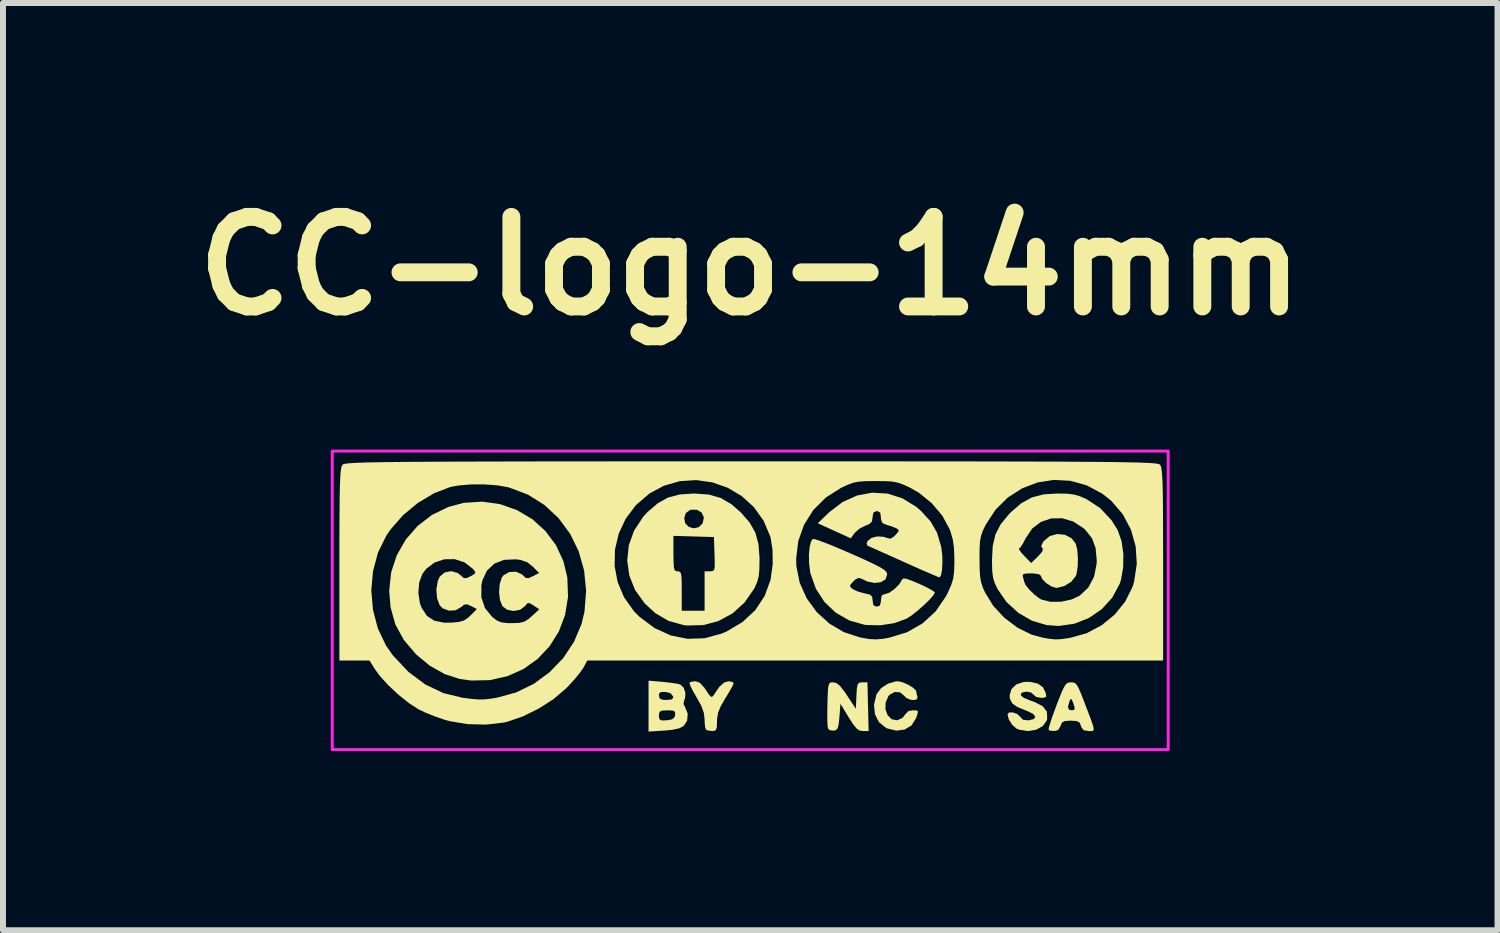
<source format=kicad_pcb>
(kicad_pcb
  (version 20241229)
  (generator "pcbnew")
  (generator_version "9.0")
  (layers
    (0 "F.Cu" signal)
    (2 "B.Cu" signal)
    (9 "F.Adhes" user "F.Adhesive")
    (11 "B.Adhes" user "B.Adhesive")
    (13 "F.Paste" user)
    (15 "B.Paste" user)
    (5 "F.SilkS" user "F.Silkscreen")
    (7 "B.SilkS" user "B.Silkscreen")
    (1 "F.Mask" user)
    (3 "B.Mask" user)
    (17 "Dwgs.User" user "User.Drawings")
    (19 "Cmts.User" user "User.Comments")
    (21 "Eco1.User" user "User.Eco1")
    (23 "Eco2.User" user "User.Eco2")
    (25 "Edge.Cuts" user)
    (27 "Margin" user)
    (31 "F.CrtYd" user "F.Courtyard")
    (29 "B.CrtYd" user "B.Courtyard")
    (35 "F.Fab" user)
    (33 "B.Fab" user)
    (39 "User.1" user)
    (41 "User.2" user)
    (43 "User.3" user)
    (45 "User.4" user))
  (footprint "CC-logo-14mm"
    (layer "F.Cu")
    (at 9.514 7.004)
    (property "Reference" "CC-logo-14mm" (at 0 -5.6 0) (layer "F.SilkS") (effects (font (size 1.5 1.5) (thickness 0.3))))
    (attr board_only exclude_from_pos_files exclude_from_bom)
    (fp_poly (pts (xy 1.973 1.781) (xy 1.983 2.189) (xy 1.886 2.189) (xy 1.83 2.18) (xy 1.78 2.145) (xy 1.721 2.072) (xy 1.65 1.961) (xy 1.511 1.732) (xy 1.494 1.952) (xy 1.482 2.073) (xy 1.465 2.141) (xy 1.436 2.173) (xy 1.398 2.183) (xy 1.329 2.173) (xy 1.302 2.146) (xy 1.295 2.092) (xy 1.291 1.987) (xy 1.291 1.845) (xy 1.293 1.735) (xy 1.298 1.573) (xy 1.304 1.469) (xy 1.316 1.409) (xy 1.335 1.381) (xy 1.366 1.373) (xy 1.39 1.373) (xy 1.446 1.386) (xy 1.504 1.433) (xy 1.576 1.526) (xy 1.623 1.594) (xy 1.769 1.816) (xy 1.779 1.594) (xy 1.786 1.474) (xy 1.799 1.408) (xy 1.824 1.379) (xy 1.868 1.373) (xy 1.876 1.373) (xy 1.963 1.373)) (stroke (width 0) (type solid)) (fill yes) (layer "F.SilkS"))
    (fp_poly (pts (xy -0.298 1.367) (xy -0.278 1.388) (xy -0.295 1.432) (xy -0.342 1.517) (xy -0.407 1.625) (xy -0.417 1.64) (xy -0.495 1.775) (xy -0.538 1.881) (xy -0.555 1.984) (xy -0.556 2.024) (xy -0.559 2.124) (xy -0.576 2.173) (xy -0.613 2.188) (xy -0.637 2.189) (xy -0.71 2.18) (xy -0.741 2.166) (xy -0.756 2.12) (xy -0.764 2.031) (xy -0.764 1.993) (xy -0.777 1.884) (xy -0.819 1.767) (xy -0.9 1.622) (xy -0.901 1.62) (xy -0.964 1.51) (xy -1.005 1.425) (xy -1.018 1.379) (xy -1.017 1.376) (xy -0.969 1.36) (xy -0.915 1.355) (xy -0.844 1.38) (xy -0.769 1.462) (xy -0.742 1.502) (xy -0.686 1.586) (xy -0.651 1.618) (xy -0.625 1.606) (xy -0.611 1.585) (xy -0.518 1.449) (xy -0.434 1.375) (xy -0.362 1.355)) (stroke (width 0) (type solid)) (fill yes) (layer "F.SilkS"))
    (fp_poly (pts (xy 2.549 1.371) (xy 2.641 1.411) (xy 2.724 1.461) (xy 2.774 1.509) (xy 2.78 1.526) (xy 2.791 1.584) (xy 2.801 1.613) (xy 2.794 1.655) (xy 2.745 1.671) (xy 2.677 1.663) (xy 2.611 1.632) (xy 2.579 1.598) (xy 2.509 1.541) (xy 2.418 1.535) (xy 2.334 1.581) (xy 2.313 1.606) (xy 2.267 1.715) (xy 2.265 1.827) (xy 2.302 1.925) (xy 2.371 1.992) (xy 2.462 2.009) (xy 2.551 1.969) (xy 2.588 1.92) (xy 2.647 1.855) (xy 2.718 1.842) (xy 2.785 1.843) (xy 2.809 1.86) (xy 2.799 1.911) (xy 2.776 1.976) (xy 2.703 2.093) (xy 2.588 2.163) (xy 2.448 2.182) (xy 2.295 2.145) (xy 2.272 2.134) (xy 2.157 2.042) (xy 2.089 1.909) (xy 2.073 1.75) (xy 2.113 1.58) (xy 2.116 1.572) (xy 2.19 1.472) (xy 2.307 1.395) (xy 2.44 1.357) (xy 2.472 1.355)) (stroke (width 0) (type solid)) (fill yes) (layer "F.SilkS"))
    (fp_poly (pts (xy 4.82 1.395) (xy 4.903 1.457) (xy 4.95 1.555) (xy 4.958 1.61) (xy 4.923 1.631) (xy 4.871 1.633) (xy 4.787 1.617) (xy 4.748 1.581) (xy 4.702 1.543) (xy 4.626 1.529) (xy 4.557 1.543) (xy 4.536 1.561) (xy 4.535 1.595) (xy 4.58 1.631) (xy 4.68 1.674) (xy 4.76 1.702) (xy 4.896 1.771) (xy 4.968 1.863) (xy 4.974 1.978) (xy 4.964 2.015) (xy 4.898 2.107) (xy 4.788 2.167) (xy 4.653 2.189) (xy 4.513 2.169) (xy 4.46 2.148) (xy 4.388 2.086) (xy 4.33 1.992) (xy 4.309 1.909) (xy 4.335 1.878) (xy 4.395 1.877) (xy 4.464 1.899) (xy 4.515 1.942) (xy 4.518 1.948) (xy 4.569 2) (xy 4.655 2.01) (xy 4.667 2.009) (xy 4.752 1.987) (xy 4.775 1.948) (xy 4.736 1.901) (xy 4.638 1.852) (xy 4.617 1.845) (xy 4.473 1.786) (xy 4.387 1.724) (xy 4.349 1.649) (xy 4.343 1.597) (xy 4.374 1.487) (xy 4.458 1.407) (xy 4.582 1.366) (xy 4.686 1.365)) (stroke (width 0) (type solid)) (fill yes) (layer "F.SilkS"))
    (fp_poly (pts (xy -1.468 1.365) (xy -1.339 1.379) (xy -1.231 1.395) (xy -1.172 1.409) (xy -1.114 1.463) (xy -1.085 1.552) (xy -1.092 1.643) (xy -1.103 1.666) (xy -1.118 1.736) (xy -1.09 1.789) (xy -1.047 1.898) (xy -1.056 2.013) (xy -1.112 2.102) (xy -1.185 2.142) (xy -1.306 2.169) (xy -1.442 2.181) (xy -1.703 2.198) (xy -1.703 1.931) (xy -1.529 1.931) (xy -1.522 1.988) (xy -1.488 2.011) (xy -1.408 2.009) (xy -1.399 2.009) (xy -1.308 1.993) (xy -1.267 1.956) (xy -1.257 1.92) (xy -1.258 1.87) (xy -1.29 1.847) (xy -1.372 1.842) (xy -1.387 1.842) (xy -1.478 1.846) (xy -1.519 1.868) (xy -1.529 1.919) (xy -1.529 1.931) (xy -1.703 1.931) (xy -1.703 1.772) (xy -1.703 1.596) (xy -1.529 1.596) (xy -1.516 1.645) (xy -1.466 1.665) (xy -1.405 1.668) (xy -1.321 1.661) (xy -1.291 1.635) (xy -1.292 1.607) (xy -1.336 1.555) (xy -1.416 1.535) (xy -1.495 1.535) (xy -1.525 1.562) (xy -1.529 1.596) (xy -1.703 1.596) (xy -1.703 1.345)) (stroke (width 0) (type solid)) (fill yes) (layer "F.SilkS"))
    (fp_poly (pts (xy 5.417 1.377) (xy 5.453 1.397) (xy 5.488 1.446) (xy 5.528 1.534) (xy 5.583 1.672) (xy 5.601 1.72) (xy 5.671 1.904) (xy 5.719 2.032) (xy 5.746 2.115) (xy 5.753 2.163) (xy 5.742 2.184) (xy 5.714 2.19) (xy 5.67 2.189) (xy 5.667 2.189) (xy 5.585 2.176) (xy 5.546 2.125) (xy 5.539 2.102) (xy 5.516 2.047) (xy 5.469 2.022) (xy 5.376 2.015) (xy 5.368 2.015) (xy 5.272 2.021) (xy 5.223 2.044) (xy 5.199 2.098) (xy 5.198 2.102) (xy 5.157 2.172) (xy 5.096 2.189) (xy 5.025 2.182) (xy 4.997 2.171) (xy 5.001 2.133) (xy 5.027 2.044) (xy 5.07 1.917) (xy 5.12 1.783) (xy 5.321 1.783) (xy 5.338 1.831) (xy 5.384 1.842) (xy 5.427 1.834) (xy 5.434 1.8) (xy 5.413 1.73) (xy 5.385 1.661) (xy 5.366 1.651) (xy 5.348 1.687) (xy 5.321 1.783) (xy 5.12 1.783) (xy 5.126 1.765) (xy 5.127 1.762) (xy 5.191 1.598) (xy 5.238 1.487) (xy 5.275 1.42) (xy 5.308 1.386) (xy 5.345 1.374) (xy 5.373 1.373)) (stroke (width 0) (type solid)) (fill yes) (layer "F.SilkS"))
    (fp_poly (pts (xy 2.3 -1.788) (xy 2.548 -1.709) (xy 2.779 -1.567) (xy 2.859 -1.499) (xy 3.021 -1.321) (xy 3.129 -1.132) (xy 3.195 -0.909) (xy 3.201 -0.878) (xy 3.216 -0.758) (xy 3.219 -0.63) (xy 3.212 -0.513) (xy 3.197 -0.425) (xy 3.174 -0.385) (xy 3.169 -0.384) (xy 3.131 -0.398) (xy 3.04 -0.437) (xy 2.907 -0.494) (xy 2.742 -0.567) (xy 2.571 -0.644) (xy 2.386 -0.727) (xy 2.221 -0.801) (xy 2.088 -0.86) (xy 1.999 -0.9) (xy 1.963 -0.915) (xy 1.949 -0.953) (xy 1.967 -0.995) (xy 2.032 -1.047) (xy 2.133 -1.071) (xy 2.24 -1.063) (xy 2.287 -1.046) (xy 2.346 -1.032) (xy 2.404 -1.066) (xy 2.431 -1.093) (xy 2.481 -1.151) (xy 2.484 -1.182) (xy 2.444 -1.208) (xy 2.361 -1.242) (xy 2.285 -1.264) (xy 2.214 -1.295) (xy 2.19 -1.358) (xy 2.189 -1.391) (xy 2.178 -1.467) (xy 2.137 -1.493) (xy 2.12 -1.494) (xy 2.068 -1.477) (xy 2.051 -1.415) (xy 2.05 -1.393) (xy 2.038 -1.319) (xy 1.991 -1.275) (xy 1.93 -1.251) (xy 1.829 -1.2) (xy 1.749 -1.129) (xy 1.746 -1.125) (xy 1.684 -1.039) (xy 1.407 -1.165) (xy 1.131 -1.291) (xy 1.321 -1.474) (xy 1.546 -1.646) (xy 1.79 -1.756) (xy 2.044 -1.803)) (stroke (width 0) (type solid)) (fill yes) (layer "F.SilkS"))
    (fp_poly (pts (xy 1.089 -1.022) (xy 1.184 -0.99) (xy 1.32 -0.938) (xy 1.489 -0.868) (xy 1.679 -0.786) (xy 1.689 -0.782) (xy 1.901 -0.687) (xy 2.058 -0.614) (xy 2.167 -0.558) (xy 2.237 -0.516) (xy 2.275 -0.482) (xy 2.291 -0.451) (xy 2.293 -0.431) (xy 2.265 -0.351) (xy 2.189 -0.304) (xy 2.082 -0.291) (xy 1.959 -0.316) (xy 1.869 -0.36) (xy 1.814 -0.377) (xy 1.757 -0.346) (xy 1.729 -0.319) (xy 1.678 -0.262) (xy 1.673 -0.229) (xy 1.714 -0.192) (xy 1.719 -0.188) (xy 1.8 -0.148) (xy 1.906 -0.119) (xy 1.919 -0.116) (xy 2.005 -0.096) (xy 2.042 -0.061) (xy 2.05 0.004) (xy 2.062 0.079) (xy 2.106 0.104) (xy 2.12 0.104) (xy 2.17 0.088) (xy 2.188 0.027) (xy 2.189 0) (xy 2.2 -0.076) (xy 2.24 -0.103) (xy 2.261 -0.104) (xy 2.332 -0.13) (xy 2.419 -0.192) (xy 2.497 -0.271) (xy 2.542 -0.346) (xy 2.562 -0.366) (xy 2.611 -0.362) (xy 2.7 -0.331) (xy 2.825 -0.279) (xy 2.947 -0.222) (xy 3.04 -0.172) (xy 3.089 -0.138) (xy 3.092 -0.131) (xy 3.067 -0.084) (xy 3.001 -0.009) (xy 2.908 0.081) (xy 2.803 0.173) (xy 2.702 0.253) (xy 2.617 0.307) (xy 2.614 0.309) (xy 2.411 0.382) (xy 2.177 0.418) (xy 1.943 0.413) (xy 1.918 0.41) (xy 1.662 0.338) (xy 1.434 0.208) (xy 1.244 0.028) (xy 1.1 -0.193) (xy 1.009 -0.449) (xy 1.005 -0.469) (xy 0.986 -0.614) (xy 0.983 -0.762) (xy 0.995 -0.893) (xy 1.02 -0.99) (xy 1.048 -1.028)) (stroke (width 0) (type solid)) (fill yes) (layer "F.SilkS"))
    (fp_poly (pts (xy -0.695 -1.772) (xy -0.493 -1.714) (xy -0.311 -1.607) (xy -0.154 -1.469) (xy -0.009 -1.302) (xy 0.086 -1.134) (xy 0.138 -0.945) (xy 0.156 -0.713) (xy 0.156 -0.678) (xy 0.153 -0.516) (xy 0.142 -0.4) (xy 0.117 -0.308) (xy 0.076 -0.215) (xy 0.063 -0.191) (xy -0.095 0.037) (xy -0.296 0.218) (xy -0.531 0.346) (xy -0.789 0.415) (xy -1.06 0.421) (xy -1.121 0.413) (xy -1.369 0.344) (xy -1.592 0.213) (xy -1.768 0.05) (xy -1.928 -0.172) (xy -2.025 -0.415) (xy -2.06 -0.668) (xy -2.048 -0.783) (xy -1.286 -0.783) (xy -1.284 -0.639) (xy -1.278 -0.551) (xy -1.265 -0.505) (xy -1.24 -0.488) (xy -1.216 -0.486) (xy -1.184 -0.481) (xy -1.163 -0.458) (xy -1.152 -0.403) (xy -1.148 -0.304) (xy -1.147 -0.156) (xy -1.147 0.174) (xy -0.956 0.174) (xy -0.764 0.174) (xy -0.764 -0.156) (xy -0.764 -0.486) (xy -0.676 -0.486) (xy -0.633 -0.489) (xy -0.607 -0.505) (xy -0.596 -0.549) (xy -0.594 -0.636) (xy -0.598 -0.773) (xy -0.608 -1.06) (xy -0.947 -1.07) (xy -1.286 -1.08) (xy -1.286 -0.783) (xy -2.048 -0.783) (xy -2.033 -0.923) (xy -1.945 -1.168) (xy -1.805 -1.381) (xy -1.105 -1.381) (xy -1.089 -1.29) (xy -1.028 -1.23) (xy -0.945 -1.206) (xy -0.86 -1.226) (xy -0.796 -1.291) (xy -0.776 -1.39) (xy -0.815 -1.472) (xy -0.894 -1.517) (xy -1.003 -1.517) (xy -1.078 -1.462) (xy -1.105 -1.381) (xy -1.805 -1.381) (xy -1.796 -1.396) (xy -1.721 -1.478) (xy -1.55 -1.625) (xy -1.378 -1.721) (xy -1.184 -1.773) (xy -0.946 -1.789) (xy -0.938 -1.789)) (stroke (width 0) (type solid)) (fill yes) (layer "F.SilkS"))
    (fp_poly (pts (xy 5.304 -1.786) (xy 5.422 -1.772) (xy 5.525 -1.742) (xy 5.635 -1.693) (xy 5.862 -1.544) (xy 6.051 -1.341) (xy 6.155 -1.174) (xy 6.218 -0.995) (xy 6.249 -0.779) (xy 6.246 -0.554) (xy 6.21 -0.346) (xy 6.188 -0.278) (xy 6.063 -0.045) (xy 5.887 0.148) (xy 5.673 0.295) (xy 5.429 0.391) (xy 5.168 0.429) (xy 4.966 0.415) (xy 4.717 0.341) (xy 4.488 0.208) (xy 4.29 0.026) (xy 4.141 -0.191) (xy 4.095 -0.288) (xy 4.067 -0.379) (xy 4.053 -0.489) (xy 4.049 -0.639) (xy 4.049 -0.678) (xy 4.059 -0.869) (xy 4.502 -0.869) (xy 4.504 -0.847) (xy 4.546 -0.791) (xy 4.587 -0.747) (xy 4.705 -0.625) (xy 4.819 -0.736) (xy 4.889 -0.814) (xy 4.903 -0.86) (xy 4.891 -0.874) (xy 4.872 -0.908) (xy 4.901 -0.97) (xy 4.921 -0.997) (xy 5.019 -1.078) (xy 5.142 -1.111) (xy 5.27 -1.098) (xy 5.381 -1.04) (xy 5.451 -0.95) (xy 5.477 -0.848) (xy 5.488 -0.708) (xy 5.484 -0.563) (xy 5.465 -0.442) (xy 5.452 -0.407) (xy 5.377 -0.312) (xy 5.262 -0.24) (xy 5.137 -0.209) (xy 5.127 -0.208) (xy 5.047 -0.231) (xy 4.961 -0.286) (xy 4.892 -0.354) (xy 4.865 -0.415) (xy 4.833 -0.437) (xy 4.754 -0.45) (xy 4.704 -0.452) (xy 4.607 -0.448) (xy 4.565 -0.432) (xy 4.565 -0.399) (xy 4.566 -0.397) (xy 4.584 -0.332) (xy 4.587 -0.313) (xy 4.612 -0.256) (xy 4.675 -0.178) (xy 4.758 -0.098) (xy 4.843 -0.033) (xy 4.88 -0.012) (xy 5.03 0.025) (xy 5.208 0.023) (xy 5.383 -0.015) (xy 5.517 -0.078) (xy 5.662 -0.214) (xy 5.758 -0.395) (xy 5.801 -0.612) (xy 5.803 -0.672) (xy 5.784 -0.876) (xy 5.725 -1.038) (xy 5.616 -1.176) (xy 5.583 -1.207) (xy 5.409 -1.32) (xy 5.224 -1.375) (xy 5.04 -1.372) (xy 4.869 -1.314) (xy 4.723 -1.203) (xy 4.614 -1.041) (xy 4.613 -1.04) (xy 4.564 -0.945) (xy 4.521 -0.883) (xy 4.502 -0.869) (xy 4.059 -0.869) (xy 4.062 -0.915) (xy 4.108 -1.108) (xy 4.196 -1.277) (xy 4.334 -1.443) (xy 4.363 -1.474) (xy 4.539 -1.626) (xy 4.716 -1.723) (xy 4.915 -1.775) (xy 5.143 -1.789)) (stroke (width 0) (type solid)) (fill yes) (layer "F.SilkS"))
    (fp_poly (pts (xy -4.185 -1.61) (xy -3.904 -1.51) (xy -3.649 -1.359) (xy -3.43 -1.161) (xy -3.253 -0.924) (xy -3.127 -0.652) (xy -3.063 -0.382) (xy -3.051 -0.059) (xy -3.1 0.244) (xy -3.206 0.523) (xy -3.361 0.77) (xy -3.56 0.981) (xy -3.797 1.15) (xy -4.066 1.27) (xy -4.36 1.336) (xy -4.673 1.343) (xy -4.863 1.317) (xy -5.114 1.236) (xy -5.364 1.096) (xy -5.593 0.908) (xy -5.8 0.665) (xy -5.943 0.404) (xy -6.023 0.117) (xy -6.043 -0.128) (xy -5.558 -0.128) (xy -5.533 0.044) (xy -5.501 0.129) (xy -5.413 0.261) (xy -5.291 0.341) (xy -5.126 0.374) (xy -5.011 0.374) (xy -4.882 0.362) (xy -4.795 0.338) (xy -4.726 0.292) (xy -4.685 0.254) (xy -4.578 0.146) (xy -4.674 0.095) (xy -4.747 0.065) (xy -4.795 0.075) (xy -4.835 0.109) (xy -4.933 0.166) (xy -5.046 0.173) (xy -5.15 0.134) (xy -5.2 0.084) (xy -5.245 -0.035) (xy -5.246 -0.05) (xy -4.503 -0.05) (xy -4.442 0.13) (xy -4.324 0.275) (xy -4.244 0.337) (xy -4.168 0.369) (xy -4.066 0.381) (xy -3.994 0.382) (xy -3.87 0.378) (xy -3.787 0.358) (xy -3.714 0.314) (xy -3.659 0.266) (xy -3.532 0.149) (xy -3.627 0.087) (xy -3.694 0.047) (xy -3.732 0.049) (xy -3.771 0.095) (xy -3.774 0.099) (xy -3.853 0.158) (xy -3.961 0.178) (xy -4.069 0.158) (xy -4.149 0.098) (xy -4.15 0.097) (xy -4.191 -0.005) (xy -4.206 -0.136) (xy -4.196 -0.27) (xy -4.162 -0.379) (xy -4.135 -0.417) (xy -4.036 -0.474) (xy -3.923 -0.48) (xy -3.823 -0.435) (xy -3.806 -0.418) (xy -3.758 -0.375) (xy -3.712 -0.372) (xy -3.64 -0.404) (xy -3.535 -0.458) (xy -3.641 -0.564) (xy -3.734 -0.638) (xy -3.843 -0.676) (xy -3.923 -0.687) (xy -4.124 -0.678) (xy -4.288 -0.613) (xy -4.411 -0.495) (xy -4.487 -0.329) (xy -4.502 -0.257) (xy -4.503 -0.05) (xy -5.246 -0.05) (xy -5.256 -0.182) (xy -5.233 -0.323) (xy -5.2 -0.397) (xy -5.117 -0.467) (xy -5.009 -0.489) (xy -4.902 -0.46) (xy -4.848 -0.418) (xy -4.8 -0.375) (xy -4.753 -0.372) (xy -4.683 -0.403) (xy -4.616 -0.442) (xy -4.603 -0.473) (xy -4.638 -0.52) (xy -4.644 -0.527) (xy -4.786 -0.637) (xy -4.95 -0.69) (xy -5.122 -0.688) (xy -5.286 -0.634) (xy -5.426 -0.528) (xy -5.49 -0.443) (xy -5.543 -0.3) (xy -5.558 -0.128) (xy -6.043 -0.128) (xy -6.046 -0.163) (xy -6.013 -0.47) (xy -5.918 -0.758) (xy -5.768 -1.019) (xy -5.57 -1.246) (xy -5.331 -1.43) (xy -5.056 -1.564) (xy -4.797 -1.633) (xy -4.485 -1.653)) (stroke (width 0) (type solid)) (fill yes) (layer "F.SilkS"))
    (fp_poly (pts (xy 0.83 -2.328) (xy 1.575 -2.328) (xy 2.257 -2.328) (xy 2.878 -2.327) (xy 3.441 -2.327) (xy 3.948 -2.326) (xy 4.403 -2.325) (xy 4.808 -2.324) (xy 5.167 -2.323) (xy 5.482 -2.321) (xy 5.755 -2.319) (xy 5.99 -2.317) (xy 6.19 -2.314) (xy 6.357 -2.311) (xy 6.495 -2.308) (xy 6.605 -2.304) (xy 6.691 -2.3) (xy 6.757 -2.295) (xy 6.803 -2.29) (xy 6.835 -2.284) (xy 6.853 -2.278) (xy 6.86 -2.273) (xy 6.873 -2.254) (xy 6.884 -2.22) (xy 6.892 -2.166) (xy 6.899 -2.085) (xy 6.905 -1.972) (xy 6.909 -1.821) (xy 6.912 -1.625) (xy 6.913 -1.379) (xy 6.914 -1.077) (xy 6.915 -0.714) (xy 6.915 -0.606) (xy 6.915 1.008) (xy 2.093 1.008) (xy -2.729 1.008) (xy -2.795 1.13) (xy -2.85 1.21) (xy -2.939 1.319) (xy -3.047 1.437) (xy -3.09 1.48) (xy -3.297 1.656) (xy -3.546 1.815) (xy -3.811 1.945) (xy -4.068 2.033) (xy -4.128 2.047) (xy -4.422 2.081) (xy -4.736 2.073) (xy -5.036 2.023) (xy -5.108 2.003) (xy -5.267 1.949) (xy -5.431 1.884) (xy -5.558 1.823) (xy -5.72 1.718) (xy -5.895 1.577) (xy -6.064 1.419) (xy -6.206 1.262) (xy -6.279 1.162) (xy -6.376 1.008) (xy -6.628 1.008) (xy -6.88 1.008) (xy -6.88 -0.166) (xy -6.346 -0.166) (xy -6.318 0.158) (xy -6.236 0.47) (xy -6.099 0.758) (xy -5.985 0.921) (xy -5.724 1.198) (xy -5.443 1.408) (xy -5.14 1.553) (xy -4.816 1.632) (xy -4.802 1.633) (xy -4.653 1.652) (xy -4.546 1.66) (xy -4.457 1.659) (xy -4.36 1.649) (xy -4.242 1.63) (xy -3.922 1.543) (xy -3.624 1.398) (xy -3.358 1.202) (xy -3.13 0.965) (xy -2.95 0.692) (xy -2.824 0.393) (xy -2.776 0.193) (xy -2.748 -0.16) (xy -2.782 -0.5) (xy -2.804 -0.577) (xy -2.271 -0.577) (xy -2.221 -0.308) (xy -2.114 -0.053) (xy -1.949 0.18) (xy -1.853 0.277) (xy -1.602 0.464) (xy -1.333 0.587) (xy -1.053 0.644) (xy -0.766 0.635) (xy -0.481 0.558) (xy -0.4 0.524) (xy -0.13 0.364) (xy 0.085 0.164) (xy 0.242 -0.074) (xy 0.341 -0.346) (xy 0.377 -0.609) (xy 0.376 -0.695) (xy 0.769 -0.695) (xy 0.773 -0.571) (xy 0.829 -0.294) (xy 0.945 -0.035) (xy 1.113 0.196) (xy 1.324 0.388) (xy 1.57 0.533) (xy 1.842 0.622) (xy 1.848 0.623) (xy 1.993 0.648) (xy 2.108 0.654) (xy 2.228 0.643) (xy 2.329 0.625) (xy 2.625 0.535) (xy 2.885 0.387) (xy 3.105 0.185) (xy 3.278 -0.067) (xy 3.314 -0.139) (xy 3.367 -0.26) (xy 3.399 -0.363) (xy 3.414 -0.474) (xy 3.419 -0.62) (xy 3.419 -0.678) (xy 3.419 -0.695) (xy 3.84 -0.695) (xy 3.842 -0.521) (xy 3.85 -0.396) (xy 3.868 -0.298) (xy 3.899 -0.206) (xy 3.933 -0.131) (xy 4.07 0.092) (xy 4.256 0.292) (xy 4.475 0.457) (xy 4.711 0.574) (xy 4.897 0.625) (xy 5.025 0.646) (xy 5.117 0.654) (xy 5.204 0.65) (xy 5.318 0.634) (xy 5.365 0.626) (xy 5.636 0.55) (xy 5.886 0.417) (xy 6.104 0.238) (xy 6.279 0.022) (xy 6.401 -0.222) (xy 6.429 -0.312) (xy 6.474 -0.611) (xy 6.455 -0.905) (xy 6.375 -1.186) (xy 6.239 -1.442) (xy 6.049 -1.664) (xy 5.895 -1.787) (xy 5.635 -1.926) (xy 5.362 -2.002) (xy 5.084 -2.017) (xy 4.81 -1.974) (xy 4.551 -1.874) (xy 4.314 -1.722) (xy 4.108 -1.518) (xy 3.943 -1.265) (xy 3.941 -1.26) (xy 3.894 -1.162) (xy 3.865 -1.077) (xy 3.848 -0.984) (xy 3.841 -0.862) (xy 3.84 -0.695) (xy 3.419 -0.695) (xy 3.413 -0.868) (xy 3.393 -1.017) (xy 3.354 -1.152) (xy 3.34 -1.19) (xy 3.217 -1.418) (xy 3.04 -1.627) (xy 2.824 -1.802) (xy 2.682 -1.884) (xy 2.569 -1.937) (xy 2.476 -1.97) (xy 2.381 -1.989) (xy 2.26 -1.996) (xy 2.102 -1.998) (xy 1.936 -1.996) (xy 1.817 -1.988) (xy 1.722 -1.969) (xy 1.629 -1.934) (xy 1.522 -1.884) (xy 1.265 -1.721) (xy 1.057 -1.513) (xy 0.902 -1.267) (xy 0.804 -0.991) (xy 0.769 -0.695) (xy 0.376 -0.695) (xy 0.373 -0.852) (xy 0.341 -1.05) (xy 0.337 -1.066) (xy 0.224 -1.333) (xy 0.061 -1.561) (xy -0.143 -1.747) (xy -0.378 -1.886) (xy -0.635 -1.976) (xy -0.905 -2.014) (xy -1.179 -1.996) (xy -1.447 -1.919) (xy -1.689 -1.788) (xy -1.914 -1.595) (xy -2.085 -1.368) (xy -2.202 -1.117) (xy -2.265 -0.85) (xy -2.271 -0.577) (xy -2.804 -0.577) (xy -2.873 -0.821) (xy -3.017 -1.116) (xy -3.21 -1.377) (xy -3.447 -1.598) (xy -3.724 -1.771) (xy -4.036 -1.889) (xy -4.049 -1.893) (xy -4.235 -1.926) (xy -4.455 -1.942) (xy -4.684 -1.941) (xy -4.893 -1.923) (xy -5.021 -1.899) (xy -5.296 -1.793) (xy -5.565 -1.632) (xy -5.813 -1.427) (xy -6.021 -1.19) (xy -6.091 -1.089) (xy -6.233 -0.802) (xy -6.317 -0.49) (xy -6.346 -0.166) (xy -6.88 -0.166) (xy -6.88 -0.606) (xy -6.88 -0.987) (xy -6.879 -1.305) (xy -6.877 -1.565) (xy -6.875 -1.773) (xy -6.871 -1.936) (xy -6.866 -2.058) (xy -6.86 -2.147) (xy -6.851 -2.208) (xy -6.841 -2.247) (xy -6.829 -2.269) (xy -6.825 -2.273) (xy -6.814 -2.28) (xy -6.792 -2.286) (xy -6.757 -2.291) (xy -6.705 -2.296) (xy -6.633 -2.301) (xy -6.54 -2.305) (xy -6.422 -2.309) (xy -6.276 -2.312) (xy -6.1 -2.315) (xy -5.89 -2.317) (xy -5.643 -2.32) (xy -5.358 -2.321) (xy -5.031 -2.323) (xy -4.659 -2.324) (xy -4.239 -2.325) (xy -3.769 -2.326) (xy -3.245 -2.327) (xy -2.666 -2.327) (xy -2.027 -2.328) (xy -1.326 -2.328) (xy -0.561 -2.328) (xy 0.017 -2.328)) (stroke (width 0) (type solid)) (fill yes) (layer "F.SilkS"))
    (fp_rect (start -7 -2.5) (end 7 2.5) (stroke (width 0.05) (type default)) (fill no) (layer "F.CrtYd")))
  (gr_rect
    (start -3 -3)
    (end 22.029 12.529)
    (stroke (width 0.1) (type default))
    (fill no)
    (layer "Edge.Cuts")))
</source>
